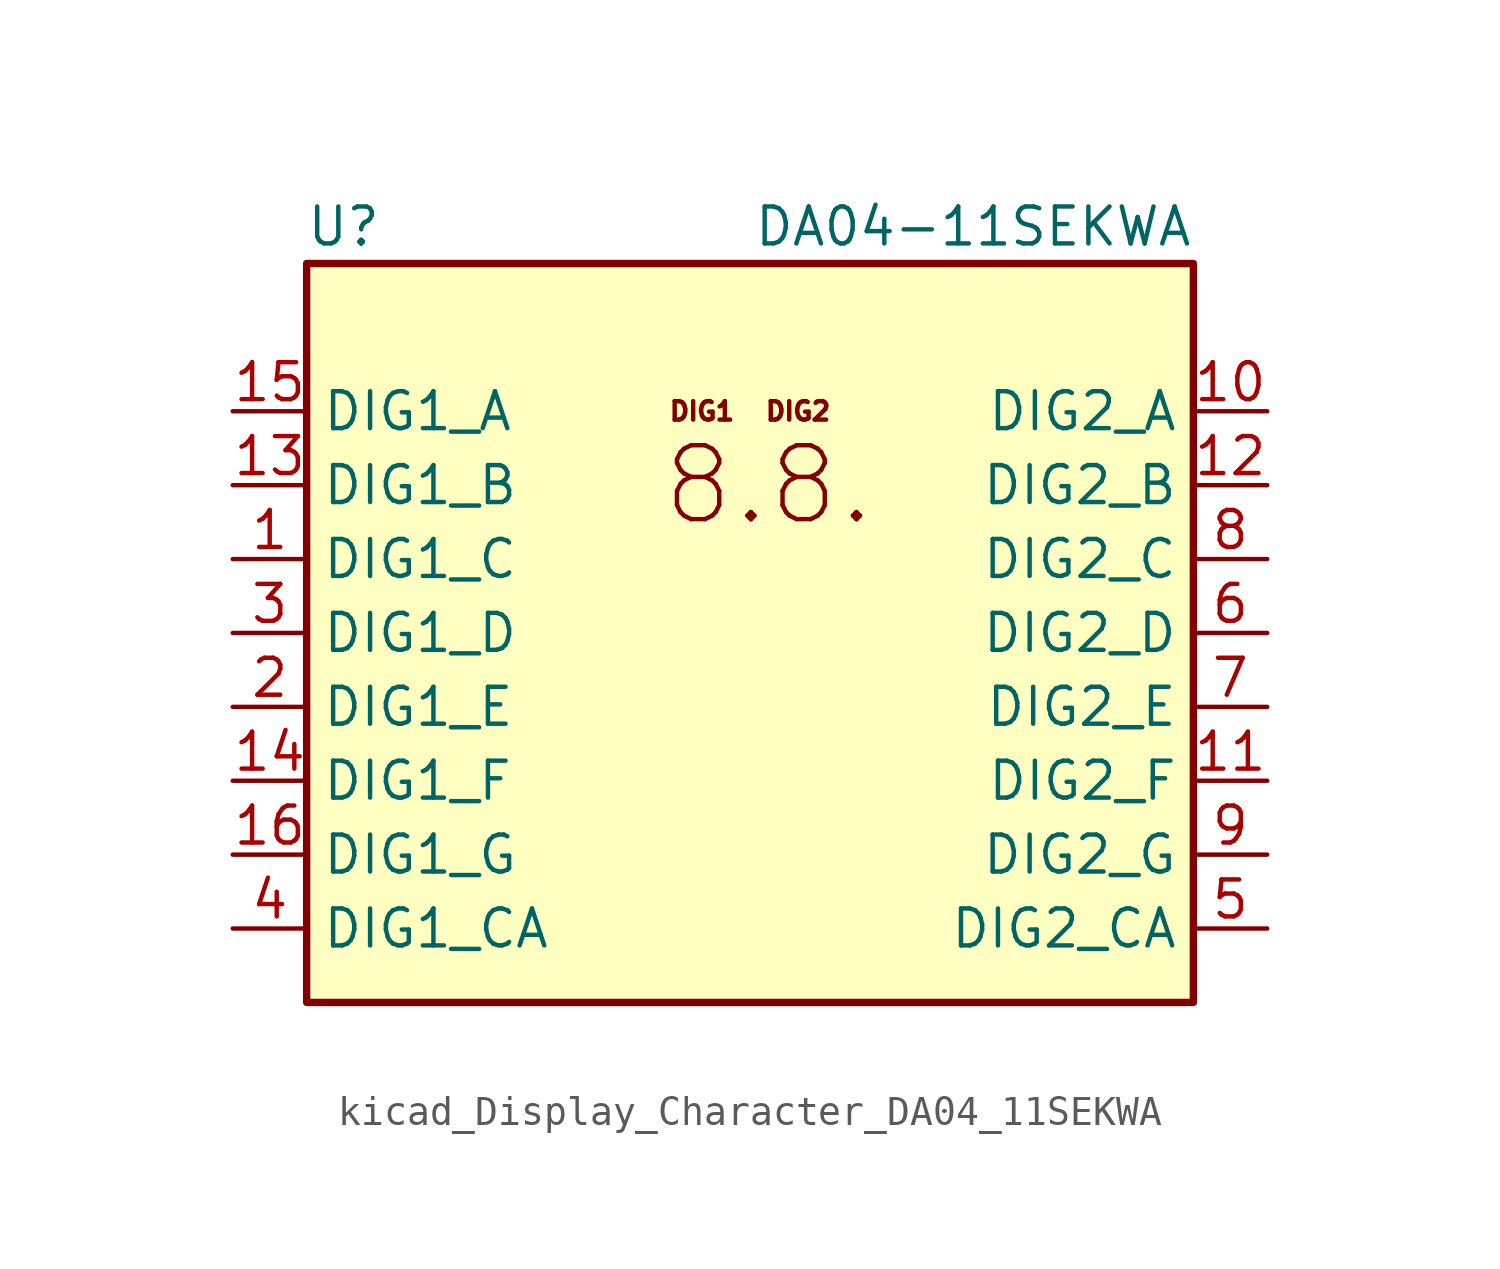
<source format=kicad_sym>
(kicad_symbol_lib
  (version 20220914)
  (generator kicad_symbol_editor)
  (symbol "kicad_Display_Character_DA04_11SEKWA"
    (property "Reference" "U"
      (at -13.97 13.97 0)
      (effects (font (size 1.27 1.27))))
    (property "Value" "DA04-11SEKWA"
      (at 15.24 13.97 0)
      (effects (font (size 1.27 1.27)) (justify right)))
    (symbol "kicad_Display_Character_DA04_11SEKWA_0_0"
      (text "8.8." (at 0.635 5.08 0) (effects (font (size 2.54 2.54))))
      (text "DIG1" (at -1.651 7.62 0) (effects (font (size 0.635 0.635))))
      (text "DIG2" (at 1.651 7.62 0) (effects (font (size 0.635 0.635)))))
    (symbol "kicad_Display_Character_DA04_11SEKWA_0_1"
      (rectangle (start -15.24 12.7) (end 15.24 -12.7) (stroke (width 0.254) (type default)) (fill (type background))))
    (symbol "kicad_Display_Character_DA04_11SEKWA_1_1"
      (pin input line (at -17.78 2.54 0) (length 2.54) (name "DIG1_C" (effects (font (size 1.27 1.27)))) (number "1" (effects (font (size 1.27 1.27)))))
      (pin input line (at 17.78 7.62 180) (length 2.54) (name "DIG2_A" (effects (font (size 1.27 1.27)))) (number "10" (effects (font (size 1.27 1.27)))))
      (pin input line (at 17.78 -5.08 180) (length 2.54) (name "DIG2_F" (effects (font (size 1.27 1.27)))) (number "11" (effects (font (size 1.27 1.27)))))
      (pin input line (at 17.78 5.08 180) (length 2.54) (name "DIG2_B" (effects (font (size 1.27 1.27)))) (number "12" (effects (font (size 1.27 1.27)))))
      (pin input line (at -17.78 5.08 0) (length 2.54) (name "DIG1_B" (effects (font (size 1.27 1.27)))) (number "13" (effects (font (size 1.27 1.27)))))
      (pin input line (at -17.78 -5.08 0) (length 2.54) (name "DIG1_F" (effects (font (size 1.27 1.27)))) (number "14" (effects (font (size 1.27 1.27)))))
      (pin input line (at -17.78 7.62 0) (length 2.54) (name "DIG1_A" (effects (font (size 1.27 1.27)))) (number "15" (effects (font (size 1.27 1.27)))))
      (pin input line (at -17.78 -7.62 0) (length 2.54) (name "DIG1_G" (effects (font (size 1.27 1.27)))) (number "16" (effects (font (size 1.27 1.27)))))
      (pin input line (at -17.78 -2.54 0) (length 2.54) (name "DIG1_E" (effects (font (size 1.27 1.27)))) (number "2" (effects (font (size 1.27 1.27)))))
      (pin input line (at -17.78 0 0) (length 2.54) (name "DIG1_D" (effects (font (size 1.27 1.27)))) (number "3" (effects (font (size 1.27 1.27)))))
      (pin input line (at -17.78 -10.16 0) (length 2.54) (name "DIG1_CA" (effects (font (size 1.27 1.27)))) (number "4" (effects (font (size 1.27 1.27)))))
      (pin input line (at 17.78 -10.16 180) (length 2.54) (name "DIG2_CA" (effects (font (size 1.27 1.27)))) (number "5" (effects (font (size 1.27 1.27)))))
      (pin input line (at 17.78 0 180) (length 2.54) (name "DIG2_D" (effects (font (size 1.27 1.27)))) (number "6" (effects (font (size 1.27 1.27)))))
      (pin input line (at 17.78 -2.54 180) (length 2.54) (name "DIG2_E" (effects (font (size 1.27 1.27)))) (number "7" (effects (font (size 1.27 1.27)))))
      (pin input line (at 17.78 2.54 180) (length 2.54) (name "DIG2_C" (effects (font (size 1.27 1.27)))) (number "8" (effects (font (size 1.27 1.27)))))
      (pin input line (at 17.78 -7.62 180) (length 2.54) (name "DIG2_G" (effects (font (size 1.27 1.27)))) (number "9" (effects (font (size 1.27 1.27))))))))
</source>
